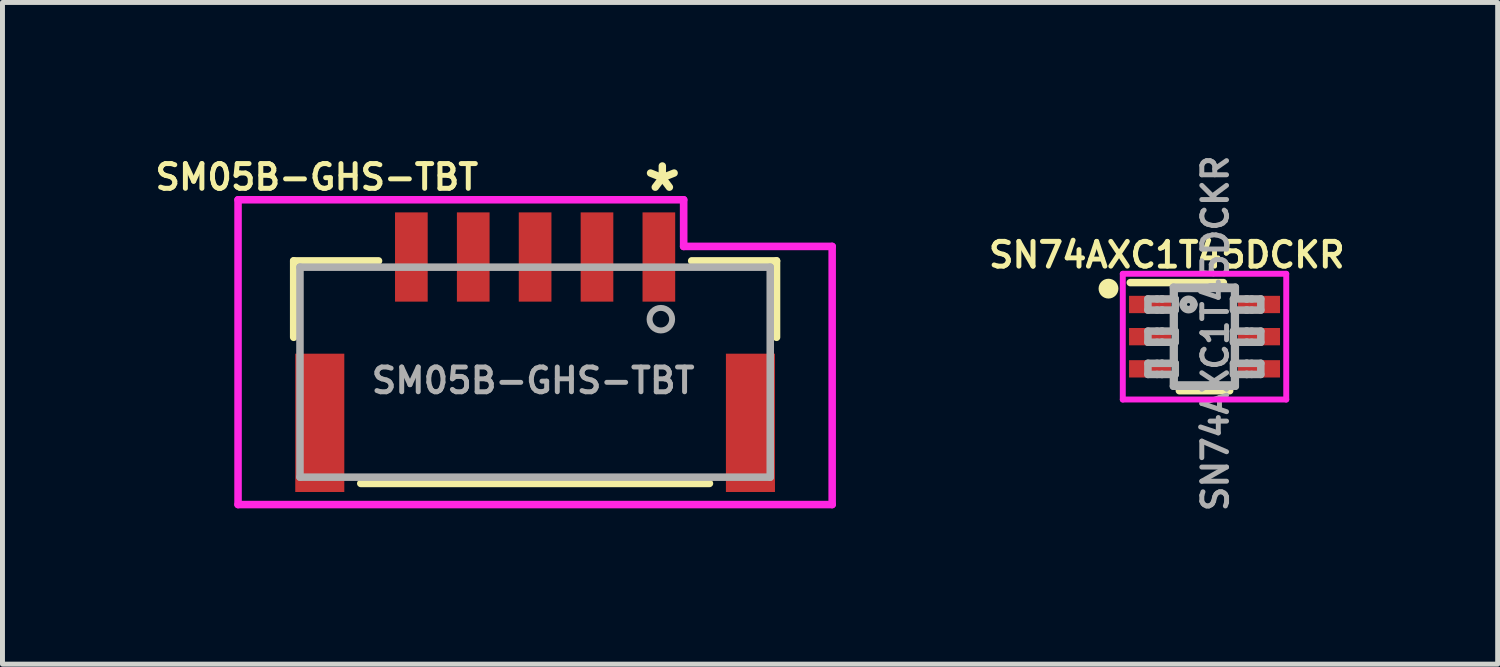
<source format=kicad_pcb>
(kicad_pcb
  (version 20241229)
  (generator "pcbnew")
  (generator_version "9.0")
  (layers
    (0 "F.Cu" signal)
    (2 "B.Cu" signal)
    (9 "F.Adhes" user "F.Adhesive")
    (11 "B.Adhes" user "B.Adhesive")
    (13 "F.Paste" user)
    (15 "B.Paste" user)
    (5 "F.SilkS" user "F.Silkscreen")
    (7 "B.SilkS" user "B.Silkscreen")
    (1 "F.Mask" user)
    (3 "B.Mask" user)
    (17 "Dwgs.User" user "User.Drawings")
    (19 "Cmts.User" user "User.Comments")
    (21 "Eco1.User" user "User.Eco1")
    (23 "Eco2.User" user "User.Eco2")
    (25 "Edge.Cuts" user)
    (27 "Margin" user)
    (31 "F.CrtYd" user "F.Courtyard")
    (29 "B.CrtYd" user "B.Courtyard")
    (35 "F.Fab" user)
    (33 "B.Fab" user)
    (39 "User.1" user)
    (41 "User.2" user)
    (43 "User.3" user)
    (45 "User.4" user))
  (footprint "SN74AXC1T45DCKR"
    (layer "F.Cu")
    (at 21.283 3.751)
    (property "Reference" "SN74AXC1T45DCKR" (at -0.762 -1.651 0) (layer "F.SilkS") (effects (font (size 0.5 0.5) (thickness 0.1))))
    (attr smd)
    (fp_line (start -1.499 -1.092) (end 0.381 -1.092) (stroke (width 0.152) (type solid)) (layer "F.SilkS"))
    (fp_line (start -0.508 1.092) (end 0.508 1.092) (stroke (width 0.152) (type solid)) (layer "F.SilkS"))
    (fp_circle (center -1.94 -0.97) (end -1.84 -0.97) (stroke (width 0.2) (type solid)) (fill no) (layer "F.SilkS"))
    (fp_line (start -1.651 -1.27) (end 1.651 -1.27) (stroke (width 0.12) (type solid)) (layer "F.CrtYd"))
    (fp_line (start -1.651 1.27) (end -1.651 -1.27) (stroke (width 0.12) (type solid)) (layer "F.CrtYd"))
    (fp_line (start 1.651 -1.27) (end 1.651 1.27) (stroke (width 0.12) (type solid)) (layer "F.CrtYd"))
    (fp_line (start 1.651 1.27) (end -1.651 1.27) (stroke (width 0.12) (type solid)) (layer "F.CrtYd"))
    (fp_line (start -1.143 -0.762) (end -0.959 -0.762) (stroke (width 0.152) (type solid)) (layer "F.Fab"))
    (fp_line (start -1.143 -0.537) (end -1.143 -0.762) (stroke (width 0.152) (type solid)) (layer "F.Fab"))
    (fp_line (start -1.143 -0.537) (end -0.959 -0.537) (stroke (width 0.152) (type solid)) (layer "F.Fab"))
    (fp_line (start -1.143 -0.112) (end -0.959 -0.112) (stroke (width 0.152) (type solid)) (layer "F.Fab"))
    (fp_line (start -1.143 0.113) (end -1.143 -0.112) (stroke (width 0.152) (type solid)) (layer "F.Fab"))
    (fp_line (start -1.143 0.113) (end -0.959 0.113) (stroke (width 0.152) (type solid)) (layer "F.Fab"))
    (fp_line (start -1.143 0.538) (end -0.959 0.538) (stroke (width 0.152) (type solid)) (layer "F.Fab"))
    (fp_line (start -1.143 0.763) (end -1.143 0.538) (stroke (width 0.152) (type solid)) (layer "F.Fab"))
    (fp_line (start -1.143 0.763) (end -0.959 0.763) (stroke (width 0.152) (type solid)) (layer "F.Fab"))
    (fp_line (start -0.959 -0.762) (end -0.865 -0.762) (stroke (width 0.152) (type solid)) (layer "F.Fab"))
    (fp_line (start -0.959 -0.537) (end -0.865 -0.537) (stroke (width 0.152) (type solid)) (layer "F.Fab"))
    (fp_line (start -0.959 -0.112) (end -0.865 -0.112) (stroke (width 0.152) (type solid)) (layer "F.Fab"))
    (fp_line (start -0.959 0.113) (end -0.865 0.113) (stroke (width 0.152) (type solid)) (layer "F.Fab"))
    (fp_line (start -0.959 0.538) (end -0.865 0.538) (stroke (width 0.152) (type solid)) (layer "F.Fab"))
    (fp_line (start -0.959 0.763) (end -0.865 0.763) (stroke (width 0.152) (type solid)) (layer "F.Fab"))
    (fp_line (start -0.865 -0.762) (end -0.853 -0.762) (stroke (width 0.152) (type solid)) (layer "F.Fab"))
    (fp_line (start -0.865 -0.537) (end -0.853 -0.537) (stroke (width 0.152) (type solid)) (layer "F.Fab"))
    (fp_line (start -0.865 -0.112) (end -0.853 -0.112) (stroke (width 0.152) (type solid)) (layer "F.Fab"))
    (fp_line (start -0.865 0.113) (end -0.853 0.113) (stroke (width 0.152) (type solid)) (layer "F.Fab"))
    (fp_line (start -0.865 0.538) (end -0.853 0.538) (stroke (width 0.152) (type solid)) (layer "F.Fab"))
    (fp_line (start -0.865 0.763) (end -0.853 0.763) (stroke (width 0.152) (type solid)) (layer "F.Fab"))
    (fp_line (start -0.853 -0.762) (end -0.628 -0.762) (stroke (width 0.152) (type solid)) (layer "F.Fab"))
    (fp_line (start -0.853 -0.537) (end -0.628 -0.537) (stroke (width 0.152) (type solid)) (layer "F.Fab"))
    (fp_line (start -0.853 -0.112) (end -0.628 -0.112) (stroke (width 0.152) (type solid)) (layer "F.Fab"))
    (fp_line (start -0.853 0.113) (end -0.628 0.113) (stroke (width 0.152) (type solid)) (layer "F.Fab"))
    (fp_line (start -0.853 0.538) (end -0.628 0.538) (stroke (width 0.152) (type solid)) (layer "F.Fab"))
    (fp_line (start -0.853 0.763) (end -0.628 0.763) (stroke (width 0.152) (type solid)) (layer "F.Fab"))
    (fp_line (start -0.628 -0.999) (end 0.622 -0.999) (stroke (width 0.152) (type solid)) (layer "F.Fab"))
    (fp_line (start -0.628 -0.762) (end -0.628 -0.999) (stroke (width 0.152) (type solid)) (layer "F.Fab"))
    (fp_line (start -0.628 -0.762) (end -0.591 -0.762) (stroke (width 0.152) (type solid)) (layer "F.Fab"))
    (fp_line (start -0.628 -0.537) (end -0.591 -0.537) (stroke (width 0.152) (type solid)) (layer "F.Fab"))
    (fp_line (start -0.628 -0.112) (end -0.628 -0.537) (stroke (width 0.152) (type solid)) (layer "F.Fab"))
    (fp_line (start -0.628 -0.112) (end -0.591 -0.112) (stroke (width 0.152) (type solid)) (layer "F.Fab"))
    (fp_line (start -0.628 0.113) (end -0.591 0.113) (stroke (width 0.152) (type solid)) (layer "F.Fab"))
    (fp_line (start -0.628 0.538) (end -0.628 0.113) (stroke (width 0.152) (type solid)) (layer "F.Fab"))
    (fp_line (start -0.628 0.538) (end -0.591 0.538) (stroke (width 0.152) (type solid)) (layer "F.Fab"))
    (fp_line (start -0.628 0.763) (end -0.591 0.763) (stroke (width 0.152) (type solid)) (layer "F.Fab"))
    (fp_line (start -0.628 1.001) (end -0.628 0.763) (stroke (width 0.152) (type solid)) (layer "F.Fab"))
    (fp_line (start -0.628 1.001) (end 0.622 1.001) (stroke (width 0.152) (type solid)) (layer "F.Fab"))
    (fp_line (start -0.613 -0.974) (end 0.607 -0.974) (stroke (width 0.152) (type solid)) (layer "F.Fab"))
    (fp_line (start -0.613 -0.762) (end -0.613 -0.974) (stroke (width 0.152) (type solid)) (layer "F.Fab"))
    (fp_line (start -0.613 -0.112) (end -0.613 -0.537) (stroke (width 0.152) (type solid)) (layer "F.Fab"))
    (fp_line (start -0.613 0.538) (end -0.613 0.113) (stroke (width 0.152) (type solid)) (layer "F.Fab"))
    (fp_line (start -0.613 0.976) (end -0.613 0.763) (stroke (width 0.152) (type solid)) (layer "F.Fab"))
    (fp_line (start -0.613 0.976) (end 0.607 0.976) (stroke (width 0.152) (type solid)) (layer "F.Fab"))
    (fp_line (start -0.591 -0.537) (end -0.591 -0.762) (stroke (width 0.152) (type solid)) (layer "F.Fab"))
    (fp_line (start -0.591 0.113) (end -0.591 -0.112) (stroke (width 0.152) (type solid)) (layer "F.Fab"))
    (fp_line (start -0.591 0.763) (end -0.591 0.538) (stroke (width 0.152) (type solid)) (layer "F.Fab"))
    (fp_line (start 0.585 -0.762) (end 0.622 -0.762) (stroke (width 0.152) (type solid)) (layer "F.Fab"))
    (fp_line (start 0.585 -0.537) (end 0.585 -0.762) (stroke (width 0.152) (type solid)) (layer "F.Fab"))
    (fp_line (start 0.585 -0.537) (end 0.622 -0.537) (stroke (width 0.152) (type solid)) (layer "F.Fab"))
    (fp_line (start 0.585 -0.112) (end 0.622 -0.112) (stroke (width 0.152) (type solid)) (layer "F.Fab"))
    (fp_line (start 0.585 0.113) (end 0.585 -0.112) (stroke (width 0.152) (type solid)) (layer "F.Fab"))
    (fp_line (start 0.585 0.113) (end 0.622 0.113) (stroke (width 0.152) (type solid)) (layer "F.Fab"))
    (fp_line (start 0.585 0.538) (end 0.622 0.538) (stroke (width 0.152) (type solid)) (layer "F.Fab"))
    (fp_line (start 0.585 0.763) (end 0.585 0.538) (stroke (width 0.152) (type solid)) (layer "F.Fab"))
    (fp_line (start 0.585 0.763) (end 0.622 0.763) (stroke (width 0.152) (type solid)) (layer "F.Fab"))
    (fp_line (start 0.607 -0.762) (end 0.607 -0.974) (stroke (width 0.152) (type solid)) (layer "F.Fab"))
    (fp_line (start 0.607 -0.112) (end 0.607 -0.537) (stroke (width 0.152) (type solid)) (layer "F.Fab"))
    (fp_line (start 0.607 0.538) (end 0.607 0.113) (stroke (width 0.152) (type solid)) (layer "F.Fab"))
    (fp_line (start 0.607 0.976) (end 0.607 0.763) (stroke (width 0.152) (type solid)) (layer "F.Fab"))
    (fp_line (start 0.622 -0.762) (end 0.622 -0.999) (stroke (width 0.152) (type solid)) (layer "F.Fab"))
    (fp_line (start 0.622 -0.762) (end 0.847 -0.762) (stroke (width 0.152) (type solid)) (layer "F.Fab"))
    (fp_line (start 0.622 -0.537) (end 0.847 -0.537) (stroke (width 0.152) (type solid)) (layer "F.Fab"))
    (fp_line (start 0.622 -0.112) (end 0.622 -0.537) (stroke (width 0.152) (type solid)) (layer "F.Fab"))
    (fp_line (start 0.622 -0.112) (end 0.847 -0.112) (stroke (width 0.152) (type solid)) (layer "F.Fab"))
    (fp_line (start 0.622 0.113) (end 0.847 0.113) (stroke (width 0.152) (type solid)) (layer "F.Fab"))
    (fp_line (start 0.622 0.538) (end 0.622 0.113) (stroke (width 0.152) (type solid)) (layer "F.Fab"))
    (fp_line (start 0.622 0.538) (end 0.847 0.538) (stroke (width 0.152) (type solid)) (layer "F.Fab"))
    (fp_line (start 0.622 0.763) (end 0.847 0.763) (stroke (width 0.152) (type solid)) (layer "F.Fab"))
    (fp_line (start 0.622 1.001) (end 0.622 0.763) (stroke (width 0.152) (type solid)) (layer "F.Fab"))
    (fp_line (start 0.847 -0.762) (end 0.859 -0.762) (stroke (width 0.152) (type solid)) (layer "F.Fab"))
    (fp_line (start 0.847 -0.537) (end 0.859 -0.537) (stroke (width 0.152) (type solid)) (layer "F.Fab"))
    (fp_line (start 0.847 -0.112) (end 0.859 -0.112) (stroke (width 0.152) (type solid)) (layer "F.Fab"))
    (fp_line (start 0.847 0.113) (end 0.859 0.113) (stroke (width 0.152) (type solid)) (layer "F.Fab"))
    (fp_line (start 0.847 0.538) (end 0.859 0.538) (stroke (width 0.152) (type solid)) (layer "F.Fab"))
    (fp_line (start 0.847 0.763) (end 0.859 0.763) (stroke (width 0.152) (type solid)) (layer "F.Fab"))
    (fp_line (start 0.859 -0.762) (end 0.953 -0.762) (stroke (width 0.152) (type solid)) (layer "F.Fab"))
    (fp_line (start 0.859 -0.537) (end 0.953 -0.537) (stroke (width 0.152) (type solid)) (layer "F.Fab"))
    (fp_line (start 0.859 -0.112) (end 0.953 -0.112) (stroke (width 0.152) (type solid)) (layer "F.Fab"))
    (fp_line (start 0.859 0.113) (end 0.953 0.113) (stroke (width 0.152) (type solid)) (layer "F.Fab"))
    (fp_line (start 0.859 0.538) (end 0.953 0.538) (stroke (width 0.152) (type solid)) (layer "F.Fab"))
    (fp_line (start 0.859 0.763) (end 0.953 0.763) (stroke (width 0.152) (type solid)) (layer "F.Fab"))
    (fp_line (start 0.953 -0.762) (end 1.137 -0.762) (stroke (width 0.152) (type solid)) (layer "F.Fab"))
    (fp_line (start 0.953 -0.537) (end 1.137 -0.537) (stroke (width 0.152) (type solid)) (layer "F.Fab"))
    (fp_line (start 0.953 -0.112) (end 1.137 -0.112) (stroke (width 0.152) (type solid)) (layer "F.Fab"))
    (fp_line (start 0.953 0.113) (end 1.137 0.113) (stroke (width 0.152) (type solid)) (layer "F.Fab"))
    (fp_line (start 0.953 0.538) (end 1.137 0.538) (stroke (width 0.152) (type solid)) (layer "F.Fab"))
    (fp_line (start 0.953 0.763) (end 1.137 0.763) (stroke (width 0.152) (type solid)) (layer "F.Fab"))
    (fp_line (start 1.137 -0.537) (end 1.137 -0.762) (stroke (width 0.152) (type solid)) (layer "F.Fab"))
    (fp_line (start 1.137 0.113) (end 1.137 -0.112) (stroke (width 0.152) (type solid)) (layer "F.Fab"))
    (fp_line (start 1.137 0.763) (end 1.137 0.538) (stroke (width 0.152) (type solid)) (layer "F.Fab"))
    (fp_arc (start -0.431546 -0.650138) (mid -0.323177 -0.758507) (end -0.214808 -0.650138) (stroke (width 0.1524) (type solid)) (layer "F.Fab"))
    (fp_arc (start -0.214808 -0.650138) (mid -0.323177 -0.541769) (end -0.431546 -0.650138) (stroke (width 0.1524) (type solid)) (layer "F.Fab"))
    (fp_text user "${REFERENCE}" (at 0.219 -0.068 90) (layer "F.Fab") (effects (font (size 0.5 0.5) (thickness 0.1))))
    (pad "1" smd rect (at -1.1 -0.65 90) (size 0.35 0.85) (layers "F.Cu" "F.Mask" "F.Paste"))
    (pad "2" smd rect (at -1.1 0 90) (size 0.35 0.85) (layers "F.Cu" "F.Mask" "F.Paste"))
    (pad "3" smd rect (at -1.1 0.65 90) (size 0.35 0.85) (layers "F.Cu" "F.Mask" "F.Paste"))
    (pad "4" smd rect (at 1.1 0.65 90) (size 0.35 0.85) (layers "F.Cu" "F.Mask" "F.Paste"))
    (pad "5" smd rect (at 1.1 0 90) (size 0.35 0.85) (layers "F.Cu" "F.Mask" "F.Paste"))
    (pad "6" smd rect (at 1.1 -0.65 90) (size 0.35 0.85) (layers "F.Cu" "F.Mask" "F.Paste")))
  (footprint "SM05B-GHS-TBT"
    (layer "F.Cu")
    (at 7.76 4.468)
    (property "Reference" "SM05B-GHS-TBT" (at -4.41 -3.94 0) (layer "F.SilkS") (effects (font (size 0.5 0.5) (thickness 0.1))))
    (attr smd)
    (fp_line (start -4.877 -2.248) (end -4.877 -0.704) (stroke (width 0.152) (type solid)) (layer "F.SilkS"))
    (fp_line (start -3.522 2.248) (end 3.522 2.248) (stroke (width 0.152) (type solid)) (layer "F.SilkS"))
    (fp_line (start -3.163 -2.248) (end -4.877 -2.248) (stroke (width 0.152) (type solid)) (layer "F.SilkS"))
    (fp_line (start 4.877 -2.248) (end 3.163 -2.248) (stroke (width 0.152) (type solid)) (layer "F.SilkS"))
    (fp_line (start 4.877 -0.704) (end 4.877 -2.248) (stroke (width 0.152) (type solid)) (layer "F.SilkS"))
    (fp_line (start -6.001 -3.482) (end -6.001 2.675) (stroke (width 0.152) (type solid)) (layer "F.CrtYd"))
    (fp_line (start -6.001 2.675) (end 6.001 2.675) (stroke (width 0.152) (type solid)) (layer "F.CrtYd"))
    (fp_line (start 3.001 -3.482) (end -6.001 -3.482) (stroke (width 0.152) (type solid)) (layer "F.CrtYd"))
    (fp_line (start 3.001 -3.482) (end 3.001 -2.54) (stroke (width 0.154) (type solid)) (layer "F.CrtYd"))
    (fp_line (start 3.001 -2.54) (end 6.001 -2.54) (stroke (width 0.154) (type solid)) (layer "F.CrtYd"))
    (fp_line (start 6.001 2.675) (end 6.001 -2.54) (stroke (width 0.152) (type solid)) (layer "F.CrtYd"))
    (fp_line (start -4.75 -2.121) (end -4.75 2.121) (stroke (width 0.152) (type solid)) (layer "F.Fab"))
    (fp_line (start -4.75 2.121) (end 4.75 2.121) (stroke (width 0.152) (type solid)) (layer "F.Fab"))
    (fp_line (start 4.75 -2.121) (end -4.75 -2.121) (stroke (width 0.152) (type solid)) (layer "F.Fab"))
    (fp_line (start 4.75 2.121) (end 4.75 -2.121) (stroke (width 0.152) (type solid)) (layer "F.Fab"))
    (fp_circle (center 2.54 -1.07) (end 2.72 -0.93) (stroke (width 0.12) (type solid)) (fill no) (layer "F.Fab"))
    (fp_text user "*" (at 2.57 -3.62 0) (layer "F.SilkS") (effects (font (size 1 1) (thickness 0.15))))
    (fp_text user "${REFERENCE}" (at -0.04 0.17 0) (layer "F.Fab") (effects (font (size 0.5 0.5) (thickness 0.1))))
    (pad "1" smd rect (at 2.5 -2.326) (size 0.66 1.803) (layers "F.Cu" "F.Mask" "F.Paste"))
    (pad "2" smd rect (at 1.25 -2.326) (size 0.66 1.803) (layers "F.Cu" "F.Mask" "F.Paste"))
    (pad "3" smd rect (at 0 -2.326) (size 0.66 1.803) (layers "F.Cu" "F.Mask" "F.Paste"))
    (pad "4" smd rect (at -1.25 -2.326) (size 0.66 1.803) (layers "F.Cu" "F.Mask" "F.Paste"))
    (pad "5" smd rect (at -2.5 -2.326) (size 0.66 1.803) (layers "F.Cu" "F.Mask" "F.Paste"))
    (pad "S1" smd rect (at -4.35 1.024 90) (size 2.794 0.991) (layers "F.Cu" "F.Mask" "F.Paste"))
    (pad "S2" smd rect (at 4.35 1.024 90) (size 2.794 0.991) (layers "F.Cu" "F.Mask" "F.Paste")))
  (gr_rect
    (start -3 -3)
    (end 27.205 10.367)
    (stroke (width 0.1) (type default))
    (fill no)
    (layer "Edge.Cuts")))
</source>
